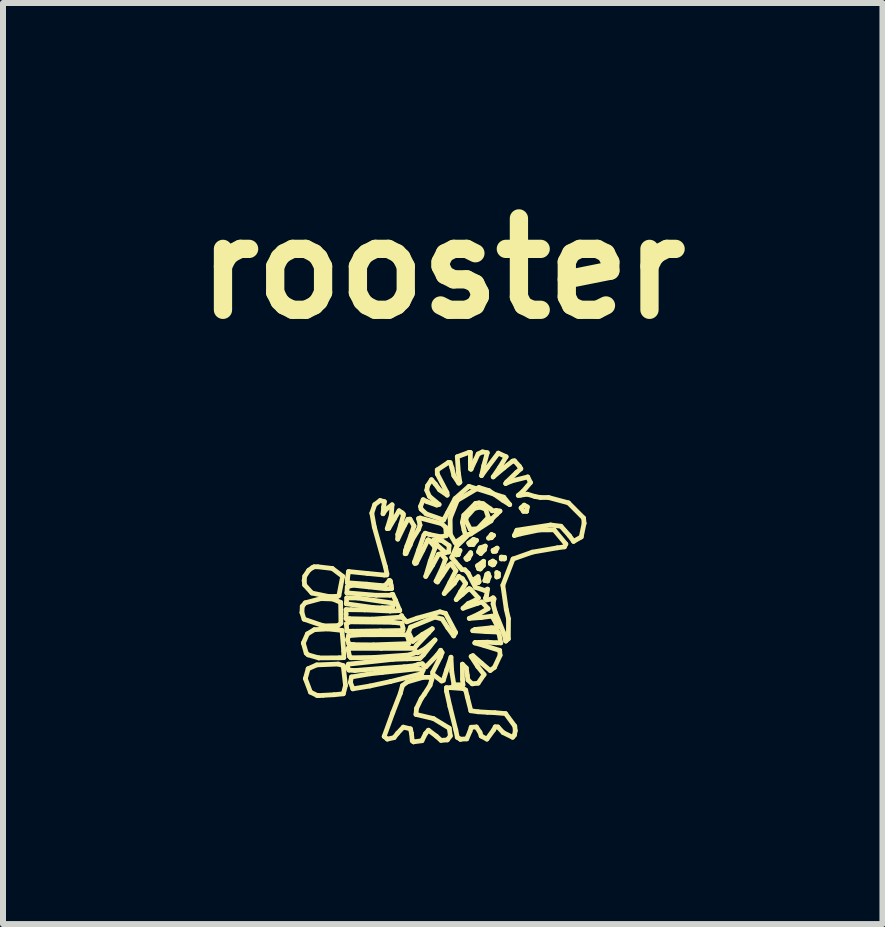
<source format=kicad_pcb>
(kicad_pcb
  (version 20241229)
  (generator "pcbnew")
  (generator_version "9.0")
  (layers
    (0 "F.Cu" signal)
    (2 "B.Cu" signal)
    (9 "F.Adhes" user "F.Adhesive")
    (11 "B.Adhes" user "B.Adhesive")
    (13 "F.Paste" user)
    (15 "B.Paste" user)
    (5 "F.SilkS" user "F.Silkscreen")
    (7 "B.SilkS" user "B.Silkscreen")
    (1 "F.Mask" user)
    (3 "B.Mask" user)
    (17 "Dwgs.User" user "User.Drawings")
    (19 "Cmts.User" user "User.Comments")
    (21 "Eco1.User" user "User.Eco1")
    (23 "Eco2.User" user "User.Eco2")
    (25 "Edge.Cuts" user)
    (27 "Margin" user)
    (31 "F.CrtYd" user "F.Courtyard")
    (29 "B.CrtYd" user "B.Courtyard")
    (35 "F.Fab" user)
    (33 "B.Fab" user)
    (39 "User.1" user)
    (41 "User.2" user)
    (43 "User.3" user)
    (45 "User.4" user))
  (footprint "rooster"
    (layer "F.Cu")
    (at 4.333 6.903)
    (property "Reference" "rooster" (at 0 -5.476 0) (layer "F.SilkS") (effects (font (size 1.524 1.524) (thickness 0.305))))
    (attr smd)
    (fp_line (start -2.348 0.263) (end -2.343 0.158) (stroke (width 0.079) (type solid)) (layer "F.SilkS"))
    (fp_line (start -2.343 0.158) (end -2.293 0.099) (stroke (width 0.079) (type solid)) (layer "F.SilkS"))
    (fp_line (start -2.325 0.77) (end -2.257 0.617) (stroke (width 0.079) (type solid)) (layer "F.SilkS"))
    (fp_line (start -2.313 0.372) (end -2.348 0.263) (stroke (width 0.079) (type solid)) (layer "F.SilkS"))
    (fp_line (start -2.311 -0.273) (end -2.301 -0.346) (stroke (width 0.079) (type solid)) (layer "F.SilkS"))
    (fp_line (start -2.303 -0.198) (end -2.311 -0.273) (stroke (width 0.079) (type solid)) (layer "F.SilkS"))
    (fp_line (start -2.301 -0.346) (end -2.235 -0.444) (stroke (width 0.079) (type solid)) (layer "F.SilkS"))
    (fp_line (start -2.293 0.099) (end -2.031 0.029) (stroke (width 0.079) (type solid)) (layer "F.SilkS"))
    (fp_line (start -2.291 1.363) (end -2.245 1.198) (stroke (width 0.079) (type solid)) (layer "F.SilkS"))
    (fp_line (start -2.277 0.938) (end -2.325 0.77) (stroke (width 0.079) (type solid)) (layer "F.SilkS"))
    (fp_line (start -2.257 0.617) (end -2.142 0.547) (stroke (width 0.079) (type solid)) (layer "F.SilkS"))
    (fp_line (start -2.245 0.967) (end -2.277 0.938) (stroke (width 0.079) (type solid)) (layer "F.SilkS"))
    (fp_line (start -2.245 1.198) (end -2.101 1.134) (stroke (width 0.079) (type solid)) (layer "F.SilkS"))
    (fp_line (start -2.235 -0.444) (end -2.174 -0.488) (stroke (width 0.079) (type solid)) (layer "F.SilkS"))
    (fp_line (start -2.206 1.589) (end -2.291 1.363) (stroke (width 0.079) (type solid)) (layer "F.SilkS"))
    (fp_line (start -2.182 -0.064) (end -2.303 -0.198) (stroke (width 0.079) (type solid)) (layer "F.SilkS"))
    (fp_line (start -2.174 -0.488) (end -2.145 -0.502) (stroke (width 0.079) (type solid)) (layer "F.SilkS"))
    (fp_line (start -2.145 -0.502) (end -2.083 -0.502) (stroke (width 0.079) (type solid)) (layer "F.SilkS"))
    (fp_line (start -2.142 0.547) (end -1.918 0.534) (stroke (width 0.079) (type solid)) (layer "F.SilkS"))
    (fp_line (start -2.101 1.134) (end -1.743 1.12) (stroke (width 0.079) (type solid)) (layer "F.SilkS"))
    (fp_line (start -2.095 1.643) (end -2.206 1.589) (stroke (width 0.079) (type solid)) (layer "F.SilkS"))
    (fp_line (start -2.095 1.643) (end -2.095 1.643) (stroke (width 0.079) (type solid)) (layer "F.SilkS"))
    (fp_line (start -2.083 -0.502) (end -1.842 -0.474) (stroke (width 0.079) (type solid)) (layer "F.SilkS"))
    (fp_line (start -2.067 1.018) (end -2.245 0.967) (stroke (width 0.079) (type solid)) (layer "F.SilkS"))
    (fp_line (start -2.067 1.018) (end -2.067 1.018) (stroke (width 0.079) (type solid)) (layer "F.SilkS"))
    (fp_line (start -2.06 1.646) (end -2.095 1.643) (stroke (width 0.079) (type solid)) (layer "F.SilkS"))
    (fp_line (start -2.031 0.029) (end -1.834 0.035) (stroke (width 0.079) (type solid)) (layer "F.SilkS"))
    (fp_line (start -1.993 1.641) (end -2.06 1.646) (stroke (width 0.079) (type solid)) (layer "F.SilkS"))
    (fp_line (start -1.988 0.484) (end -2.313 0.372) (stroke (width 0.079) (type solid)) (layer "F.SilkS"))
    (fp_line (start -1.988 0.484) (end -1.988 0.484) (stroke (width 0.079) (type solid)) (layer "F.SilkS"))
    (fp_line (start -1.918 0.534) (end -1.68 0.559) (stroke (width 0.079) (type solid)) (layer "F.SilkS"))
    (fp_line (start -1.901 -0.006) (end -2.182 -0.064) (stroke (width 0.079) (type solid)) (layer "F.SilkS"))
    (fp_line (start -1.901 -0.006) (end -1.901 -0.006) (stroke (width 0.079) (type solid)) (layer "F.SilkS"))
    (fp_line (start -1.842 -0.474) (end -1.669 -0.343) (stroke (width 0.079) (type solid)) (layer "F.SilkS"))
    (fp_line (start -1.834 0.035) (end -1.703 0.091) (stroke (width 0.079) (type solid)) (layer "F.SilkS"))
    (fp_line (start -1.813 1.632) (end -1.993 1.641) (stroke (width 0.079) (type solid)) (layer "F.SilkS"))
    (fp_line (start -1.751 -0.009) (end -1.901 -0.006) (stroke (width 0.079) (type solid)) (layer "F.SilkS"))
    (fp_line (start -1.746 0.479) (end -1.988 0.484) (stroke (width 0.079) (type solid)) (layer "F.SilkS"))
    (fp_line (start -1.743 1.12) (end -1.66 1.146) (stroke (width 0.079) (type solid)) (layer "F.SilkS"))
    (fp_line (start -1.732 -0.022) (end -1.751 -0.009) (stroke (width 0.079) (type solid)) (layer "F.SilkS"))
    (fp_line (start -1.727 1.016) (end -2.067 1.018) (stroke (width 0.079) (type solid)) (layer "F.SilkS"))
    (fp_line (start -1.703 0.091) (end -1.698 0.441) (stroke (width 0.079) (type solid)) (layer "F.SilkS"))
    (fp_line (start -1.698 0.441) (end -1.746 0.479) (stroke (width 0.079) (type solid)) (layer "F.SilkS"))
    (fp_line (start -1.68 0.559) (end -1.652 0.903) (stroke (width 0.079) (type solid)) (layer "F.SilkS"))
    (fp_line (start -1.669 -0.343) (end -1.732 -0.022) (stroke (width 0.079) (type solid)) (layer "F.SilkS"))
    (fp_line (start -1.66 1.146) (end -1.622 1.477) (stroke (width 0.079) (type solid)) (layer "F.SilkS"))
    (fp_line (start -1.658 1.616) (end -1.813 1.632) (stroke (width 0.079) (type solid)) (layer "F.SilkS"))
    (fp_line (start -1.652 0.903) (end -1.65 1.013) (stroke (width 0.079) (type solid)) (layer "F.SilkS"))
    (fp_line (start -1.65 1.013) (end -1.727 1.016) (stroke (width 0.079) (type solid)) (layer "F.SilkS"))
    (fp_line (start -1.622 1.477) (end -1.658 1.616) (stroke (width 0.079) (type solid)) (layer "F.SilkS"))
    (fp_line (start -1.613 0.212) (end -1.527 0.214) (stroke (width 0.079) (type solid)) (layer "F.SilkS"))
    (fp_line (start -1.613 0.287) (end -1.613 0.212) (stroke (width 0.079) (type solid)) (layer "F.SilkS"))
    (fp_line (start -1.613 0.362) (end -1.613 0.287) (stroke (width 0.079) (type solid)) (layer "F.SilkS"))
    (fp_line (start -1.609 0.115) (end -1.601 0.017) (stroke (width 0.079) (type solid)) (layer "F.SilkS"))
    (fp_line (start -1.607 0.448) (end -1.549 0.416) (stroke (width 0.079) (type solid)) (layer "F.SilkS"))
    (fp_line (start -1.601 0.017) (end -1.416 0.019) (stroke (width 0.079) (type solid)) (layer "F.SilkS"))
    (fp_line (start -1.6 0.566) (end -1.607 0.448) (stroke (width 0.079) (type solid)) (layer "F.SilkS"))
    (fp_line (start -1.599 -0.067) (end -1.593 -0.167) (stroke (width 0.079) (type solid)) (layer "F.SilkS"))
    (fp_line (start -1.593 -0.167) (end -1.501 -0.195) (stroke (width 0.079) (type solid)) (layer "F.SilkS"))
    (fp_line (start -1.591 -0.235) (end -1.589 -0.312) (stroke (width 0.079) (type solid)) (layer "F.SilkS"))
    (fp_line (start -1.59 1.171) (end -1.573 1.122) (stroke (width 0.079) (type solid)) (layer "F.SilkS"))
    (fp_line (start -1.589 0.716) (end -1.571 0.647) (stroke (width 0.079) (type solid)) (layer "F.SilkS"))
    (fp_line (start -1.589 -0.312) (end -1.571 -0.423) (stroke (width 0.079) (type solid)) (layer "F.SilkS"))
    (fp_line (start -1.583 0.572) (end -1.583 0.572) (stroke (width 0.079) (type solid)) (layer "F.SilkS"))
    (fp_line (start -1.583 0.572) (end -1.6 0.566) (stroke (width 0.079) (type solid)) (layer "F.SilkS"))
    (fp_line (start -1.58 -0.235) (end -1.591 -0.235) (stroke (width 0.079) (type solid)) (layer "F.SilkS"))
    (fp_line (start -1.579 0.859) (end -1.026 0.859) (stroke (width 0.079) (type solid)) (layer "F.SilkS"))
    (fp_line (start -1.577 0.881) (end -1.579 0.859) (stroke (width 0.079) (type solid)) (layer "F.SilkS"))
    (fp_line (start -1.573 1.122) (end -0.827 1.041) (stroke (width 0.079) (type solid)) (layer "F.SilkS"))
    (fp_line (start -1.571 0.647) (end -1.373 0.632) (stroke (width 0.079) (type solid)) (layer "F.SilkS"))
    (fp_line (start -1.571 -0.423) (end -1.257 -0.391) (stroke (width 0.079) (type solid)) (layer "F.SilkS"))
    (fp_line (start -1.565 0.786) (end -1.589 0.716) (stroke (width 0.079) (type solid)) (layer "F.SilkS"))
    (fp_line (start -1.565 1.221) (end -1.59 1.171) (stroke (width 0.079) (type solid)) (layer "F.SilkS"))
    (fp_line (start -1.555 0.991) (end -1.577 0.881) (stroke (width 0.079) (type solid)) (layer "F.SilkS"))
    (fp_line (start -1.553 0.364) (end -1.613 0.362) (stroke (width 0.079) (type solid)) (layer "F.SilkS"))
    (fp_line (start -1.549 0.416) (end -0.831 0.424) (stroke (width 0.079) (type solid)) (layer "F.SilkS"))
    (fp_line (start -1.54 1.425) (end -1.522 1.335) (stroke (width 0.079) (type solid)) (layer "F.SilkS"))
    (fp_line (start -1.532 1.015) (end -1.555 0.991) (stroke (width 0.079) (type solid)) (layer "F.SilkS"))
    (fp_line (start -1.527 0.214) (end -1.299 0.217) (stroke (width 0.079) (type solid)) (layer "F.SilkS"))
    (fp_line (start -1.522 1.335) (end -1.213 1.283) (stroke (width 0.079) (type solid)) (layer "F.SilkS"))
    (fp_line (start -1.501 -0.195) (end -1.234 -0.167) (stroke (width 0.079) (type solid)) (layer "F.SilkS"))
    (fp_line (start -1.498 1.533) (end -1.54 1.425) (stroke (width 0.079) (type solid)) (layer "F.SilkS"))
    (fp_line (start -1.498 1.533) (end -1.498 1.533) (stroke (width 0.079) (type solid)) (layer "F.SilkS"))
    (fp_line (start -1.492 0.573) (end -1.583 0.572) (stroke (width 0.079) (type solid)) (layer "F.SilkS"))
    (fp_line (start -1.485 0.797) (end -1.485 0.797) (stroke (width 0.079) (type solid)) (layer "F.SilkS"))
    (fp_line (start -1.485 0.797) (end -1.565 0.786) (stroke (width 0.079) (type solid)) (layer "F.SilkS"))
    (fp_line (start -1.465 1.228) (end -1.565 1.221) (stroke (width 0.079) (type solid)) (layer "F.SilkS"))
    (fp_line (start -1.416 0.019) (end -0.81 0.106) (stroke (width 0.079) (type solid)) (layer "F.SilkS"))
    (fp_line (start -1.373 0.632) (end -0.685 0.63) (stroke (width 0.079) (type solid)) (layer "F.SilkS"))
    (fp_line (start -1.299 0.217) (end -0.877 0.236) (stroke (width 0.079) (type solid)) (layer "F.SilkS"))
    (fp_line (start -1.267 -0.212) (end -1.58 -0.235) (stroke (width 0.079) (type solid)) (layer "F.SilkS"))
    (fp_line (start -1.257 -0.391) (end -0.975 -0.364) (stroke (width 0.079) (type solid)) (layer "F.SilkS"))
    (fp_line (start -1.234 -0.167) (end -0.956 -0.136) (stroke (width 0.079) (type solid)) (layer "F.SilkS"))
    (fp_line (start -1.215 1.486) (end -1.498 1.533) (stroke (width 0.079) (type solid)) (layer "F.SilkS"))
    (fp_line (start -1.213 1.283) (end -1.013 1.261) (stroke (width 0.079) (type solid)) (layer "F.SilkS"))
    (fp_line (start -1.183 -1.397) (end -1.134 -1.539) (stroke (width 0.079) (type solid)) (layer "F.SilkS"))
    (fp_line (start -1.176 0.371) (end -1.553 0.364) (stroke (width 0.079) (type solid)) (layer "F.SilkS"))
    (fp_line (start -1.157 0.178) (end -1.609 0.115) (stroke (width 0.079) (type solid)) (layer "F.SilkS"))
    (fp_line (start -1.155 0.8) (end -1.485 0.797) (stroke (width 0.079) (type solid)) (layer "F.SilkS"))
    (fp_line (start -1.147 1.01) (end -1.532 1.015) (stroke (width 0.079) (type solid)) (layer "F.SilkS"))
    (fp_line (start -1.142 -1.167) (end -1.183 -1.397) (stroke (width 0.079) (type solid)) (layer "F.SilkS"))
    (fp_line (start -1.134 -1.539) (end -1.044 -1.607) (stroke (width 0.079) (type solid)) (layer "F.SilkS"))
    (fp_line (start -1.108 -0.027) (end -1.599 -0.067) (stroke (width 0.079) (type solid)) (layer "F.SilkS"))
    (fp_line (start -1.049 -0.191) (end -1.267 -0.212) (stroke (width 0.079) (type solid)) (layer "F.SilkS"))
    (fp_line (start -1.044 -1.607) (end -0.973 -1.588) (stroke (width 0.079) (type solid)) (layer "F.SilkS"))
    (fp_line (start -1.039 0.566) (end -1.492 0.573) (stroke (width 0.079) (type solid)) (layer "F.SilkS"))
    (fp_line (start -1.026 0.859) (end -0.473 0.859) (stroke (width 0.079) (type solid)) (layer "F.SilkS"))
    (fp_line (start -1.013 1.261) (end -0.437 1.201) (stroke (width 0.079) (type solid)) (layer "F.SilkS"))
    (fp_line (start -1.007 0.183) (end -1.007 0.183) (stroke (width 0.079) (type solid)) (layer "F.SilkS"))
    (fp_line (start -1.007 0.183) (end -1.157 0.178) (stroke (width 0.079) (type solid)) (layer "F.SilkS"))
    (fp_line (start -0.996 -1.386) (end -0.947 -1.459) (stroke (width 0.079) (type solid)) (layer "F.SilkS"))
    (fp_line (start -0.988 1.19) (end -1.465 1.228) (stroke (width 0.079) (type solid)) (layer "F.SilkS"))
    (fp_line (start -0.986 -1.498) (end -0.996 -1.386) (stroke (width 0.079) (type solid)) (layer "F.SilkS"))
    (fp_line (start -0.977 2.327) (end -0.833 1.931) (stroke (width 0.079) (type solid)) (layer "F.SilkS"))
    (fp_line (start -0.976 -0.186) (end -1.049 -0.191) (stroke (width 0.079) (type solid)) (layer "F.SilkS"))
    (fp_line (start -0.975 -0.364) (end -0.933 -0.366) (stroke (width 0.079) (type solid)) (layer "F.SilkS"))
    (fp_line (start -0.973 -1.588) (end -0.986 -1.498) (stroke (width 0.079) (type solid)) (layer "F.SilkS"))
    (fp_line (start -0.958 -0.507) (end -1.142 -1.167) (stroke (width 0.079) (type solid)) (layer "F.SilkS"))
    (fp_line (start -0.956 -0.136) (end -0.852 -0.139) (stroke (width 0.079) (type solid)) (layer "F.SilkS"))
    (fp_line (start -0.947 -1.459) (end -0.845 -1.536) (stroke (width 0.079) (type solid)) (layer "F.SilkS"))
    (fp_line (start -0.933 -0.366) (end -0.932 -0.387) (stroke (width 0.079) (type solid)) (layer "F.SilkS"))
    (fp_line (start -0.932 -0.387) (end -0.958 -0.507) (stroke (width 0.079) (type solid)) (layer "F.SilkS"))
    (fp_line (start -0.926 -1.138) (end -0.9 -1.143) (stroke (width 0.079) (type solid)) (layer "F.SilkS"))
    (fp_line (start -0.926 -0.224) (end -0.976 -0.186) (stroke (width 0.079) (type solid)) (layer "F.SilkS"))
    (fp_line (start -0.924 2.372) (end -0.977 2.327) (stroke (width 0.079) (type solid)) (layer "F.SilkS"))
    (fp_line (start -0.9 -1.143) (end -0.808 -1.3) (stroke (width 0.079) (type solid)) (layer "F.SilkS"))
    (fp_line (start -0.893 -0.273) (end -0.926 -0.224) (stroke (width 0.079) (type solid)) (layer "F.SilkS"))
    (fp_line (start -0.878 -0.027) (end -1.108 -0.027) (stroke (width 0.079) (type solid)) (layer "F.SilkS"))
    (fp_line (start -0.878 -0.269) (end -0.893 -0.273) (stroke (width 0.079) (type solid)) (layer "F.SilkS"))
    (fp_line (start -0.877 0.236) (end -0.717 0.229) (stroke (width 0.079) (type solid)) (layer "F.SilkS"))
    (fp_line (start -0.873 1.412) (end -1.215 1.486) (stroke (width 0.079) (type solid)) (layer "F.SilkS"))
    (fp_line (start -0.871 -0.249) (end -0.878 -0.269) (stroke (width 0.079) (type solid)) (layer "F.SilkS"))
    (fp_line (start -0.861 -0.192) (end -0.871 -0.249) (stroke (width 0.079) (type solid)) (layer "F.SilkS"))
    (fp_line (start -0.858 -1.359) (end -0.926 -1.138) (stroke (width 0.079) (type solid)) (layer "F.SilkS"))
    (fp_line (start -0.852 -0.139) (end -0.861 -0.192) (stroke (width 0.079) (type solid)) (layer "F.SilkS"))
    (fp_line (start -0.85 -0.039) (end -0.878 -0.027) (stroke (width 0.079) (type solid)) (layer "F.SilkS"))
    (fp_line (start -0.845 -1.536) (end -0.858 -1.359) (stroke (width 0.079) (type solid)) (layer "F.SilkS"))
    (fp_line (start -0.839 0.177) (end -1.007 0.183) (stroke (width 0.079) (type solid)) (layer "F.SilkS"))
    (fp_line (start -0.834 -0.043) (end -0.85 -0.039) (stroke (width 0.079) (type solid)) (layer "F.SilkS"))
    (fp_line (start -0.833 1.931) (end -0.708 1.61) (stroke (width 0.079) (type solid)) (layer "F.SilkS"))
    (fp_line (start -0.831 0.424) (end -0.681 0.441) (stroke (width 0.079) (type solid)) (layer "F.SilkS"))
    (fp_line (start -0.827 1.041) (end -0.593 1.033) (stroke (width 0.079) (type solid)) (layer "F.SilkS"))
    (fp_line (start -0.812 2.347) (end -0.924 2.372) (stroke (width 0.079) (type solid)) (layer "F.SilkS"))
    (fp_line (start -0.81 0.106) (end -0.839 0.177) (stroke (width 0.079) (type solid)) (layer "F.SilkS"))
    (fp_line (start -0.808 -1.3) (end -0.729 -1.436) (stroke (width 0.079) (type solid)) (layer "F.SilkS"))
    (fp_line (start -0.787 0.058) (end -0.834 -0.043) (stroke (width 0.079) (type solid)) (layer "F.SilkS"))
    (fp_line (start -0.753 2.273) (end -0.812 2.347) (stroke (width 0.079) (type solid)) (layer "F.SilkS"))
    (fp_line (start -0.751 -0.963) (end -0.639 -1.193) (stroke (width 0.079) (type solid)) (layer "F.SilkS"))
    (fp_line (start -0.75 -1.042) (end -0.751 -0.963) (stroke (width 0.079) (type solid)) (layer "F.SilkS"))
    (fp_line (start -0.729 -1.436) (end -0.677 -1.402) (stroke (width 0.079) (type solid)) (layer "F.SilkS"))
    (fp_line (start -0.727 0.205) (end -0.787 0.058) (stroke (width 0.079) (type solid)) (layer "F.SilkS"))
    (fp_line (start -0.717 0.229) (end -0.727 0.205) (stroke (width 0.079) (type solid)) (layer "F.SilkS"))
    (fp_line (start -0.714 0.339) (end -1.176 0.371) (stroke (width 0.079) (type solid)) (layer "F.SilkS"))
    (fp_line (start -0.708 1.61) (end -0.672 1.48) (stroke (width 0.079) (type solid)) (layer "F.SilkS"))
    (fp_line (start -0.702 -1.201) (end -0.75 -1.042) (stroke (width 0.079) (type solid)) (layer "F.SilkS"))
    (fp_line (start -0.687 0.313) (end -0.714 0.339) (stroke (width 0.079) (type solid)) (layer "F.SilkS"))
    (fp_line (start -0.685 0.63) (end -0.596 0.633) (stroke (width 0.079) (type solid)) (layer "F.SilkS"))
    (fp_line (start -0.681 0.441) (end -0.663 0.521) (stroke (width 0.079) (type solid)) (layer "F.SilkS"))
    (fp_line (start -0.677 -1.402) (end -0.658 -1.382) (stroke (width 0.079) (type solid)) (layer "F.SilkS"))
    (fp_line (start -0.672 1.48) (end -0.593 1.419) (stroke (width 0.079) (type solid)) (layer "F.SilkS"))
    (fp_line (start -0.664 0.56) (end -1.039 0.566) (stroke (width 0.079) (type solid)) (layer "F.SilkS"))
    (fp_line (start -0.663 0.521) (end -0.664 0.56) (stroke (width 0.079) (type solid)) (layer "F.SilkS"))
    (fp_line (start -0.661 0.355) (end -0.687 0.313) (stroke (width 0.079) (type solid)) (layer "F.SilkS"))
    (fp_line (start -0.66 -1.351) (end -0.702 -1.201) (stroke (width 0.079) (type solid)) (layer "F.SilkS"))
    (fp_line (start -0.658 2.172) (end -0.753 2.273) (stroke (width 0.079) (type solid)) (layer "F.SilkS"))
    (fp_line (start -0.658 -1.382) (end -0.66 -1.351) (stroke (width 0.079) (type solid)) (layer "F.SilkS"))
    (fp_line (start -0.644 1.166) (end -0.988 1.19) (stroke (width 0.079) (type solid)) (layer "F.SilkS"))
    (fp_line (start -0.639 -1.193) (end -0.581 -1.294) (stroke (width 0.079) (type solid)) (layer "F.SilkS"))
    (fp_line (start -0.627 -0.72) (end -0.613 -0.722) (stroke (width 0.079) (type solid)) (layer "F.SilkS"))
    (fp_line (start -0.623 -0.769) (end -0.627 -0.72) (stroke (width 0.079) (type solid)) (layer "F.SilkS"))
    (fp_line (start -0.613 -0.722) (end -0.543 -0.867) (stroke (width 0.079) (type solid)) (layer "F.SilkS"))
    (fp_line (start -0.599 0.416) (end -0.661 0.355) (stroke (width 0.079) (type solid)) (layer "F.SilkS"))
    (fp_line (start -0.598 -0.848) (end -0.623 -0.769) (stroke (width 0.079) (type solid)) (layer "F.SilkS"))
    (fp_line (start -0.596 0.633) (end -0.579 0.681) (stroke (width 0.079) (type solid)) (layer "F.SilkS"))
    (fp_line (start -0.593 1.033) (end -0.44 1.029) (stroke (width 0.079) (type solid)) (layer "F.SilkS"))
    (fp_line (start -0.593 1.419) (end -0.329 1.342) (stroke (width 0.079) (type solid)) (layer "F.SilkS"))
    (fp_line (start -0.581 -1.294) (end -0.546 -1.296) (stroke (width 0.079) (type solid)) (layer "F.SilkS"))
    (fp_line (start -0.579 0.681) (end -0.561 0.752) (stroke (width 0.079) (type solid)) (layer "F.SilkS"))
    (fp_line (start -0.57 0.591) (end -0.537 0.504) (stroke (width 0.079) (type solid)) (layer "F.SilkS"))
    (fp_line (start -0.567 0.779) (end -1.155 0.8) (stroke (width 0.079) (type solid)) (layer "F.SilkS"))
    (fp_line (start -0.561 0.752) (end -0.567 0.779) (stroke (width 0.079) (type solid)) (layer "F.SilkS"))
    (fp_line (start -0.559 0.968) (end -1.147 1.01) (stroke (width 0.079) (type solid)) (layer "F.SilkS"))
    (fp_line (start -0.546 -1.296) (end -0.479 -1.183) (stroke (width 0.079) (type solid)) (layer "F.SilkS"))
    (fp_line (start -0.543 -0.867) (end -0.51 -0.954) (stroke (width 0.079) (type solid)) (layer "F.SilkS"))
    (fp_line (start -0.539 2.2) (end -0.658 2.172) (stroke (width 0.079) (type solid)) (layer "F.SilkS"))
    (fp_line (start -0.537 0.504) (end -0.131 0.337) (stroke (width 0.079) (type solid)) (layer "F.SilkS"))
    (fp_line (start -0.529 -1.034) (end -0.598 -0.848) (stroke (width 0.079) (type solid)) (layer "F.SilkS"))
    (fp_line (start -0.522 2.276) (end -0.539 2.2) (stroke (width 0.079) (type solid)) (layer "F.SilkS"))
    (fp_line (start -0.51 -0.954) (end -0.403 -1.127) (stroke (width 0.079) (type solid)) (layer "F.SilkS"))
    (fp_line (start -0.509 2.399) (end -0.522 2.276) (stroke (width 0.079) (type solid)) (layer "F.SilkS"))
    (fp_line (start -0.499 0.742) (end -0.57 0.591) (stroke (width 0.079) (type solid)) (layer "F.SilkS"))
    (fp_line (start -0.486 2.417) (end -0.486 2.417) (stroke (width 0.079) (type solid)) (layer "F.SilkS"))
    (fp_line (start -0.486 2.417) (end -0.509 2.399) (stroke (width 0.079) (type solid)) (layer "F.SilkS"))
    (fp_line (start -0.479 -1.183) (end -0.529 -1.034) (stroke (width 0.079) (type solid)) (layer "F.SilkS"))
    (fp_line (start -0.475 0.937) (end -0.559 0.968) (stroke (width 0.079) (type solid)) (layer "F.SilkS"))
    (fp_line (start -0.473 0.859) (end -0.433 0.806) (stroke (width 0.079) (type solid)) (layer "F.SilkS"))
    (fp_line (start -0.473 -0.578) (end -0.464 -0.558) (stroke (width 0.079) (type solid)) (layer "F.SilkS"))
    (fp_line (start -0.468 1.147) (end -0.644 1.166) (stroke (width 0.079) (type solid)) (layer "F.SilkS"))
    (fp_line (start -0.464 -0.558) (end -0.441 -0.564) (stroke (width 0.079) (type solid)) (layer "F.SilkS"))
    (fp_line (start -0.449 0.912) (end -0.475 0.937) (stroke (width 0.079) (type solid)) (layer "F.SilkS"))
    (fp_line (start -0.447 1.96) (end -0.155 2.029) (stroke (width 0.079) (type solid)) (layer "F.SilkS"))
    (fp_line (start -0.441 -0.564) (end -0.333 -0.776) (stroke (width 0.079) (type solid)) (layer "F.SilkS"))
    (fp_line (start -0.44 1.029) (end -0.382 1.026) (stroke (width 0.079) (type solid)) (layer "F.SilkS"))
    (fp_line (start -0.437 1.859) (end -0.447 1.96) (stroke (width 0.079) (type solid)) (layer "F.SilkS"))
    (fp_line (start -0.437 1.201) (end -0.325 1.216) (stroke (width 0.079) (type solid)) (layer "F.SilkS"))
    (fp_line (start -0.433 0.806) (end -0.237 0.599) (stroke (width 0.079) (type solid)) (layer "F.SilkS"))
    (fp_line (start -0.427 0.355) (end -0.599 0.416) (stroke (width 0.079) (type solid)) (layer "F.SilkS"))
    (fp_line (start -0.419 0.933) (end -0.449 0.912) (stroke (width 0.079) (type solid)) (layer "F.SilkS"))
    (fp_line (start -0.406 1.124) (end -0.468 1.147) (stroke (width 0.079) (type solid)) (layer "F.SilkS"))
    (fp_line (start -0.404 -1.306) (end -0.377 -1.315) (stroke (width 0.079) (type solid)) (layer "F.SilkS"))
    (fp_line (start -0.403 -1.127) (end -0.379 -1.199) (stroke (width 0.079) (type solid)) (layer "F.SilkS"))
    (fp_line (start -0.399 -0.788) (end -0.473 -0.578) (stroke (width 0.079) (type solid)) (layer "F.SilkS"))
    (fp_line (start -0.382 1.026) (end -0.323 0.967) (stroke (width 0.079) (type solid)) (layer "F.SilkS"))
    (fp_line (start -0.379 -1.199) (end -0.404 -1.306) (stroke (width 0.079) (type solid)) (layer "F.SilkS"))
    (fp_line (start -0.377 -1.315) (end -0.017 -1.22) (stroke (width 0.079) (type solid)) (layer "F.SilkS"))
    (fp_line (start -0.371 -1.508) (end -0.327 -1.621) (stroke (width 0.079) (type solid)) (layer "F.SilkS"))
    (fp_line (start -0.361 -1.463) (end -0.371 -1.508) (stroke (width 0.079) (type solid)) (layer "F.SilkS"))
    (fp_line (start -0.36 1.698) (end -0.437 1.859) (stroke (width 0.079) (type solid)) (layer "F.SilkS"))
    (fp_line (start -0.351 1.28) (end -0.873 1.412) (stroke (width 0.079) (type solid)) (layer "F.SilkS"))
    (fp_line (start -0.347 2.399) (end -0.486 2.417) (stroke (width 0.079) (type solid)) (layer "F.SilkS"))
    (fp_line (start -0.341 1.115) (end -0.406 1.124) (stroke (width 0.079) (type solid)) (layer "F.SilkS"))
    (fp_line (start -0.341 0.627) (end -0.499 0.742) (stroke (width 0.079) (type solid)) (layer "F.SilkS"))
    (fp_line (start -0.333 -0.776) (end -0.253 -0.94) (stroke (width 0.079) (type solid)) (layer "F.SilkS"))
    (fp_line (start -0.329 1.342) (end -0.199 1.342) (stroke (width 0.079) (type solid)) (layer "F.SilkS"))
    (fp_line (start -0.327 -1.621) (end -0.261 -1.587) (stroke (width 0.079) (type solid)) (layer "F.SilkS"))
    (fp_line (start -0.325 1.216) (end -0.351 1.28) (stroke (width 0.079) (type solid)) (layer "F.SilkS"))
    (fp_line (start -0.324 1.137) (end -0.341 1.115) (stroke (width 0.079) (type solid)) (layer "F.SilkS"))
    (fp_line (start -0.323 0.967) (end -0.129 0.718) (stroke (width 0.079) (type solid)) (layer "F.SilkS"))
    (fp_line (start -0.314 -1.03) (end -0.399 -0.788) (stroke (width 0.079) (type solid)) (layer "F.SilkS"))
    (fp_line (start -0.307 1.624) (end -0.36 1.698) (stroke (width 0.079) (type solid)) (layer "F.SilkS"))
    (fp_line (start -0.294 0.863) (end -0.419 0.933) (stroke (width 0.079) (type solid)) (layer "F.SilkS"))
    (fp_line (start -0.292 -1.062) (end -0.314 -1.03) (stroke (width 0.079) (type solid)) (layer "F.SilkS"))
    (fp_line (start -0.288 2.281) (end -0.347 2.399) (stroke (width 0.079) (type solid)) (layer "F.SilkS"))
    (fp_line (start -0.284 -0.341) (end -0.168 -0.531) (stroke (width 0.079) (type solid)) (layer "F.SilkS"))
    (fp_line (start -0.281 1.166) (end -0.324 1.137) (stroke (width 0.079) (type solid)) (layer "F.SilkS"))
    (fp_line (start -0.275 -1.383) (end -0.361 -1.463) (stroke (width 0.079) (type solid)) (layer "F.SilkS"))
    (fp_line (start -0.267 -1.778) (end -0.252 -1.856) (stroke (width 0.079) (type solid)) (layer "F.SilkS"))
    (fp_line (start -0.261 -1.587) (end -0.101 -1.531) (stroke (width 0.079) (type solid)) (layer "F.SilkS"))
    (fp_line (start -0.253 -0.94) (end -0.244 -0.952) (stroke (width 0.079) (type solid)) (layer "F.SilkS"))
    (fp_line (start -0.252 -1.856) (end -0.188 -1.954) (stroke (width 0.079) (type solid)) (layer "F.SilkS"))
    (fp_line (start -0.244 -0.952) (end -0.23 -0.944) (stroke (width 0.079) (type solid)) (layer "F.SilkS"))
    (fp_line (start -0.239 2.223) (end -0.288 2.281) (stroke (width 0.079) (type solid)) (layer "F.SilkS"))
    (fp_line (start -0.237 0.599) (end -0.175 0.531) (stroke (width 0.079) (type solid)) (layer "F.SilkS"))
    (fp_line (start -0.23 -0.944) (end -0.144 -0.851) (stroke (width 0.079) (type solid)) (layer "F.SilkS"))
    (fp_line (start -0.224 -1.677) (end -0.267 -1.778) (stroke (width 0.079) (type solid)) (layer "F.SilkS"))
    (fp_line (start -0.219 -1.039) (end -0.292 -1.062) (stroke (width 0.079) (type solid)) (layer "F.SilkS"))
    (fp_line (start -0.212 1.474) (end -0.307 1.624) (stroke (width 0.079) (type solid)) (layer "F.SilkS"))
    (fp_line (start -0.209 -0.595) (end -0.284 -0.341) (stroke (width 0.079) (type solid)) (layer "F.SilkS"))
    (fp_line (start -0.199 1.342) (end -0.182 1.375) (stroke (width 0.079) (type solid)) (layer "F.SilkS"))
    (fp_line (start -0.188 -1.954) (end -0.123 -1.88) (stroke (width 0.079) (type solid)) (layer "F.SilkS"))
    (fp_line (start -0.182 1.375) (end -0.212 1.474) (stroke (width 0.079) (type solid)) (layer "F.SilkS"))
    (fp_line (start -0.175 0.531) (end -0.341 0.627) (stroke (width 0.079) (type solid)) (layer "F.SilkS"))
    (fp_line (start -0.168 1.257) (end -0.034 0.993) (stroke (width 0.079) (type solid)) (layer "F.SilkS"))
    (fp_line (start -0.168 -0.531) (end -0.071 -0.711) (stroke (width 0.079) (type solid)) (layer "F.SilkS"))
    (fp_line (start -0.166 1.292) (end -0.168 1.257) (stroke (width 0.079) (type solid)) (layer "F.SilkS"))
    (fp_line (start -0.156 -0.944) (end -0.018 -0.941) (stroke (width 0.079) (type solid)) (layer "F.SilkS"))
    (fp_line (start -0.155 2.029) (end 0.108 2.189) (stroke (width 0.079) (type solid)) (layer "F.SilkS"))
    (fp_line (start -0.144 -0.851) (end -0.129 -0.816) (stroke (width 0.079) (type solid)) (layer "F.SilkS"))
    (fp_line (start -0.131 0.337) (end -0.011 0.369) (stroke (width 0.079) (type solid)) (layer "F.SilkS"))
    (fp_line (start -0.129 0.718) (end -0.294 0.863) (stroke (width 0.079) (type solid)) (layer "F.SilkS"))
    (fp_line (start -0.129 -0.816) (end -0.209 -0.595) (stroke (width 0.079) (type solid)) (layer "F.SilkS"))
    (fp_line (start -0.123 -1.88) (end -0.053 -1.784) (stroke (width 0.079) (type solid)) (layer "F.SilkS"))
    (fp_line (start -0.112 -0.263) (end -0.088 -0.248) (stroke (width 0.079) (type solid)) (layer "F.SilkS"))
    (fp_line (start -0.107 2.323) (end -0.239 2.223) (stroke (width 0.079) (type solid)) (layer "F.SilkS"))
    (fp_line (start -0.101 -1.531) (end -0.061 -1.541) (stroke (width 0.079) (type solid)) (layer "F.SilkS"))
    (fp_line (start -0.097 -0.866) (end -0.156 -0.944) (stroke (width 0.079) (type solid)) (layer "F.SilkS"))
    (fp_line (start -0.096 0.973) (end -0.281 1.166) (stroke (width 0.079) (type solid)) (layer "F.SilkS"))
    (fp_line (start -0.092 -2.117) (end 0.095 -2.242) (stroke (width 0.079) (type solid)) (layer "F.SilkS"))
    (fp_line (start -0.091 -2.049) (end -0.092 -2.117) (stroke (width 0.079) (type solid)) (layer "F.SilkS"))
    (fp_line (start -0.088 -0.248) (end -0.011 -0.36) (stroke (width 0.079) (type solid)) (layer "F.SilkS"))
    (fp_line (start -0.071 -0.711) (end -0.028 -0.719) (stroke (width 0.079) (type solid)) (layer "F.SilkS"))
    (fp_line (start -0.061 -1.541) (end -0.224 -1.677) (stroke (width 0.079) (type solid)) (layer "F.SilkS"))
    (fp_line (start -0.053 -1.784) (end 0.074 -1.696) (stroke (width 0.079) (type solid)) (layer "F.SilkS"))
    (fp_line (start -0.047 0.249) (end -0.427 0.355) (stroke (width 0.079) (type solid)) (layer "F.SilkS"))
    (fp_line (start -0.035 0.89) (end -0.096 0.973) (stroke (width 0.079) (type solid)) (layer "F.SilkS"))
    (fp_line (start -0.034 0.993) (end -0.011 0.928) (stroke (width 0.079) (type solid)) (layer "F.SilkS"))
    (fp_line (start -0.029 2.393) (end -0.107 2.323) (stroke (width 0.079) (type solid)) (layer "F.SilkS"))
    (fp_line (start -0.028 -0.719) (end 0.045 -0.631) (stroke (width 0.079) (type solid)) (layer "F.SilkS"))
    (fp_line (start -0.028 -1.002) (end -0.219 -1.039) (stroke (width 0.079) (type solid)) (layer "F.SilkS"))
    (fp_line (start -0.019 1.403) (end -0.166 1.292) (stroke (width 0.079) (type solid)) (layer "F.SilkS"))
    (fp_line (start -0.018 -0.941) (end 0.106 -0.854) (stroke (width 0.079) (type solid)) (layer "F.SilkS"))
    (fp_line (start -0.017 -1.22) (end 0.048 -1.161) (stroke (width 0.079) (type solid)) (layer "F.SilkS"))
    (fp_line (start -0.011 0.928) (end -0.035 0.89) (stroke (width 0.079) (type solid)) (layer "F.SilkS"))
    (fp_line (start -0.011 -0.36) (end 0.095 -0.52) (stroke (width 0.079) (type solid)) (layer "F.SilkS"))
    (fp_line (start -0.011 0.369) (end 0.083 0.515) (stroke (width 0.079) (type solid)) (layer "F.SilkS"))
    (fp_line (start -0.001 -0.499) (end -0.112 -0.263) (stroke (width 0.079) (type solid)) (layer "F.SilkS"))
    (fp_line (start 0.009 1.392) (end -0.019 1.403) (stroke (width 0.079) (type solid)) (layer "F.SilkS"))
    (fp_line (start 0.014 -1.282) (end -0.275 -1.383) (stroke (width 0.079) (type solid)) (layer "F.SilkS"))
    (fp_line (start 0.024 -0.056) (end 0.194 -0.228) (stroke (width 0.079) (type solid)) (layer "F.SilkS"))
    (fp_line (start 0.045 -0.739) (end 0.045 -0.739) (stroke (width 0.079) (type solid)) (layer "F.SilkS"))
    (fp_line (start 0.045 -0.631) (end -0.001 -0.499) (stroke (width 0.079) (type solid)) (layer "F.SilkS"))
    (fp_line (start 0.045 -0.739) (end -0.097 -0.866) (stroke (width 0.079) (type solid)) (layer "F.SilkS"))
    (fp_line (start 0.046 0.275) (end -0.047 0.249) (stroke (width 0.079) (type solid)) (layer "F.SilkS"))
    (fp_line (start 0.048 -1.161) (end 0.059 -1.02) (stroke (width 0.079) (type solid)) (layer "F.SilkS"))
    (fp_line (start 0.059 -1.02) (end -0.028 -1.002) (stroke (width 0.079) (type solid)) (layer "F.SilkS"))
    (fp_line (start 0.061 1.514) (end 0.13 1.514) (stroke (width 0.079) (type solid)) (layer "F.SilkS"))
    (fp_line (start 0.061 1.568) (end 0.061 1.514) (stroke (width 0.079) (type solid)) (layer "F.SilkS"))
    (fp_line (start 0.068 1.211) (end 0.009 1.392) (stroke (width 0.079) (type solid)) (layer "F.SilkS"))
    (fp_line (start 0.07 -1.74) (end -0.091 -2.049) (stroke (width 0.079) (type solid)) (layer "F.SilkS"))
    (fp_line (start 0.074 -1.696) (end 0.07 -1.74) (stroke (width 0.079) (type solid)) (layer "F.SilkS"))
    (fp_line (start 0.077 2.385) (end -0.029 2.393) (stroke (width 0.079) (type solid)) (layer "F.SilkS"))
    (fp_line (start 0.08 -1.402) (end 0.014 -1.282) (stroke (width 0.079) (type solid)) (layer "F.SilkS"))
    (fp_line (start 0.083 0.515) (end 0.182 0.651) (stroke (width 0.079) (type solid)) (layer "F.SilkS"))
    (fp_line (start 0.095 -2.242) (end 0.123 -2.24) (stroke (width 0.079) (type solid)) (layer "F.SilkS"))
    (fp_line (start 0.095 -0.52) (end 0.137 -0.553) (stroke (width 0.079) (type solid)) (layer "F.SilkS"))
    (fp_line (start 0.099 -0.749) (end 0.045 -0.739) (stroke (width 0.079) (type solid)) (layer "F.SilkS"))
    (fp_line (start 0.106 -0.854) (end 0.099 -0.749) (stroke (width 0.079) (type solid)) (layer "F.SilkS"))
    (fp_line (start 0.108 2.189) (end 0.127 2.318) (stroke (width 0.079) (type solid)) (layer "F.SilkS"))
    (fp_line (start 0.119 -0.24) (end 0.024 -0.056) (stroke (width 0.079) (type solid)) (layer "F.SilkS"))
    (fp_line (start 0.119 1.826) (end 0.061 1.568) (stroke (width 0.079) (type solid)) (layer "F.SilkS"))
    (fp_line (start 0.123 -1.311) (end 0.243 -1.61) (stroke (width 0.079) (type solid)) (layer "F.SilkS"))
    (fp_line (start 0.123 -2.24) (end 0.153 -2.15) (stroke (width 0.079) (type solid)) (layer "F.SilkS"))
    (fp_line (start 0.127 -1.04) (end 0.123 -1.311) (stroke (width 0.079) (type solid)) (layer "F.SilkS"))
    (fp_line (start 0.127 2.318) (end 0.077 2.385) (stroke (width 0.079) (type solid)) (layer "F.SilkS"))
    (fp_line (start 0.13 1.514) (end 0.342 1.529) (stroke (width 0.079) (type solid)) (layer "F.SilkS"))
    (fp_line (start 0.137 -0.553) (end 0.219 -0.438) (stroke (width 0.079) (type solid)) (layer "F.SilkS"))
    (fp_line (start 0.137 1.006) (end 0.068 1.211) (stroke (width 0.079) (type solid)) (layer "F.SilkS"))
    (fp_line (start 0.15 -0.656) (end 0.233 -0.843) (stroke (width 0.079) (type solid)) (layer "F.SilkS"))
    (fp_line (start 0.15 1.246) (end 0.137 1.006) (stroke (width 0.079) (type solid)) (layer "F.SilkS"))
    (fp_line (start 0.153 -2.15) (end 0.185 -2.021) (stroke (width 0.079) (type solid)) (layer "F.SilkS"))
    (fp_line (start 0.182 0.651) (end 0.215 0.594) (stroke (width 0.079) (type solid)) (layer "F.SilkS"))
    (fp_line (start 0.185 -2.021) (end 0.267 -1.896) (stroke (width 0.079) (type solid)) (layer "F.SilkS"))
    (fp_line (start 0.186 1.464) (end 0.15 1.246) (stroke (width 0.079) (type solid)) (layer "F.SilkS"))
    (fp_line (start 0.186 1.465) (end 0.186 1.464) (stroke (width 0.079) (type solid)) (layer "F.SilkS"))
    (fp_line (start 0.194 -0.228) (end 0.222 -0.278) (stroke (width 0.079) (type solid)) (layer "F.SilkS"))
    (fp_line (start 0.205 -1.638) (end 0.08 -1.402) (stroke (width 0.079) (type solid)) (layer "F.SilkS"))
    (fp_line (start 0.206 -0.905) (end 0.127 -1.04) (stroke (width 0.079) (type solid)) (layer "F.SilkS"))
    (fp_line (start 0.21 -0.582) (end 0.15 -0.656) (stroke (width 0.079) (type solid)) (layer "F.SilkS"))
    (fp_line (start 0.215 0.594) (end 0.046 0.275) (stroke (width 0.079) (type solid)) (layer "F.SilkS"))
    (fp_line (start 0.218 2.222) (end 0.119 1.826) (stroke (width 0.079) (type solid)) (layer "F.SilkS"))
    (fp_line (start 0.219 -0.438) (end 0.119 -0.24) (stroke (width 0.079) (type solid)) (layer "F.SilkS"))
    (fp_line (start 0.222 -0.278) (end 0.267 -0.342) (stroke (width 0.079) (type solid)) (layer "F.SilkS"))
    (fp_line (start 0.224 0.045) (end 0.328 -0.043) (stroke (width 0.079) (type solid)) (layer "F.SilkS"))
    (fp_line (start 0.226 -0.7) (end 0.258 -0.705) (stroke (width 0.079) (type solid)) (layer "F.SilkS"))
    (fp_line (start 0.233 -0.843) (end 0.435 -1.044) (stroke (width 0.079) (type solid)) (layer "F.SilkS"))
    (fp_line (start 0.242 -2.337) (end 0.438 -2.41) (stroke (width 0.079) (type solid)) (layer "F.SilkS"))
    (fp_line (start 0.242 2.342) (end 0.218 2.222) (stroke (width 0.079) (type solid)) (layer "F.SilkS"))
    (fp_line (start 0.243 -1.61) (end 0.602 -1.824) (stroke (width 0.079) (type solid)) (layer "F.SilkS"))
    (fp_line (start 0.258 -0.705) (end 0.287 -0.774) (stroke (width 0.079) (type solid)) (layer "F.SilkS"))
    (fp_line (start 0.258 -0.705) (end 0.258 -0.705) (stroke (width 0.079) (type solid)) (layer "F.SilkS"))
    (fp_line (start 0.26 -0.779) (end 0.226 -0.7) (stroke (width 0.079) (type solid)) (layer "F.SilkS"))
    (fp_line (start 0.261 -2.066) (end 0.242 -2.337) (stroke (width 0.079) (type solid)) (layer "F.SilkS"))
    (fp_line (start 0.267 -0.342) (end 0.327 -0.304) (stroke (width 0.079) (type solid)) (layer "F.SilkS"))
    (fp_line (start 0.267 -1.896) (end 0.286 -1.911) (stroke (width 0.079) (type solid)) (layer "F.SilkS"))
    (fp_line (start 0.286 -1.911) (end 0.261 -2.066) (stroke (width 0.079) (type solid)) (layer "F.SilkS"))
    (fp_line (start 0.286 -0.495) (end 0.21 -0.582) (stroke (width 0.079) (type solid)) (layer "F.SilkS"))
    (fp_line (start 0.287 -0.774) (end 0.26 -0.779) (stroke (width 0.079) (type solid)) (layer "F.SilkS"))
    (fp_line (start 0.294 2.373) (end 0.294 2.374) (stroke (width 0.079) (type solid)) (layer "F.SilkS"))
    (fp_line (start 0.294 2.374) (end 0.242 2.342) (stroke (width 0.079) (type solid)) (layer "F.SilkS"))
    (fp_line (start 0.295 -0.083) (end 0.224 0.045) (stroke (width 0.079) (type solid)) (layer "F.SilkS"))
    (fp_line (start 0.323 -0.453) (end 0.286 -0.495) (stroke (width 0.079) (type solid)) (layer "F.SilkS"))
    (fp_line (start 0.327 1.122) (end 0.329 1.372) (stroke (width 0.079) (type solid)) (layer "F.SilkS"))
    (fp_line (start 0.327 -1.242) (end 0.354 -1.116) (stroke (width 0.079) (type solid)) (layer "F.SilkS"))
    (fp_line (start 0.327 -0.304) (end 0.382 -0.223) (stroke (width 0.079) (type solid)) (layer "F.SilkS"))
    (fp_line (start 0.328 -0.043) (end 0.419 -0.123) (stroke (width 0.079) (type solid)) (layer "F.SilkS"))
    (fp_line (start 0.329 1.372) (end 0.337 1.466) (stroke (width 0.079) (type solid)) (layer "F.SilkS"))
    (fp_line (start 0.332 -0.99) (end 0.206 -0.905) (stroke (width 0.079) (type solid)) (layer "F.SilkS"))
    (fp_line (start 0.337 1.466) (end 0.186 1.465) (stroke (width 0.079) (type solid)) (layer "F.SilkS"))
    (fp_line (start 0.338 0.19) (end 0.581 0.107) (stroke (width 0.079) (type solid)) (layer "F.SilkS"))
    (fp_line (start 0.342 1.529) (end 0.382 1.554) (stroke (width 0.079) (type solid)) (layer "F.SilkS"))
    (fp_line (start 0.351 -1.361) (end 0.327 -1.242) (stroke (width 0.079) (type solid)) (layer "F.SilkS"))
    (fp_line (start 0.354 -1.116) (end 0.379 -1.028) (stroke (width 0.079) (type solid)) (layer "F.SilkS"))
    (fp_line (start 0.369 -0.452) (end 0.323 -0.453) (stroke (width 0.079) (type solid)) (layer "F.SilkS"))
    (fp_line (start 0.379 -1.028) (end 0.332 -0.99) (stroke (width 0.079) (type solid)) (layer "F.SilkS"))
    (fp_line (start 0.382 1.554) (end 0.409 1.666) (stroke (width 0.079) (type solid)) (layer "F.SilkS"))
    (fp_line (start 0.382 -0.223) (end 0.295 -0.083) (stroke (width 0.079) (type solid)) (layer "F.SilkS"))
    (fp_line (start 0.386 -1.271) (end 0.392 -1.326) (stroke (width 0.079) (type solid)) (layer "F.SilkS"))
    (fp_line (start 0.386 -0.644) (end 0.402 -0.625) (stroke (width 0.079) (type solid)) (layer "F.SilkS"))
    (fp_line (start 0.392 -1.326) (end 0.521 -1.473) (stroke (width 0.079) (type solid)) (layer "F.SilkS"))
    (fp_line (start 0.393 1.187) (end 0.327 1.122) (stroke (width 0.079) (type solid)) (layer "F.SilkS"))
    (fp_line (start 0.4 2.368) (end 0.294 2.373) (stroke (width 0.079) (type solid)) (layer "F.SilkS"))
    (fp_line (start 0.402 -0.625) (end 0.429 -0.64) (stroke (width 0.079) (type solid)) (layer "F.SilkS"))
    (fp_line (start 0.409 1.308) (end 0.393 1.187) (stroke (width 0.079) (type solid)) (layer "F.SilkS"))
    (fp_line (start 0.409 1.666) (end 0.468 1.899) (stroke (width 0.079) (type solid)) (layer "F.SilkS"))
    (fp_line (start 0.419 -0.123) (end 0.44 -0.138) (stroke (width 0.079) (type solid)) (layer "F.SilkS"))
    (fp_line (start 0.42 1.385) (end 0.409 1.308) (stroke (width 0.079) (type solid)) (layer "F.SilkS"))
    (fp_line (start 0.424 0.111) (end 0.338 0.19) (stroke (width 0.079) (type solid)) (layer "F.SilkS"))
    (fp_line (start 0.424 -0.395) (end 0.369 -0.452) (stroke (width 0.079) (type solid)) (layer "F.SilkS"))
    (fp_line (start 0.429 -0.64) (end 0.468 -0.714) (stroke (width 0.079) (type solid)) (layer "F.SilkS"))
    (fp_line (start 0.429 -0.64) (end 0.429 -0.64) (stroke (width 0.079) (type solid)) (layer "F.SilkS"))
    (fp_line (start 0.433 -0.896) (end 0.449 -0.872) (stroke (width 0.079) (type solid)) (layer "F.SilkS"))
    (fp_line (start 0.435 -1.044) (end 0.466 -1.049) (stroke (width 0.079) (type solid)) (layer "F.SilkS"))
    (fp_line (start 0.437 -1.843) (end 0.205 -1.638) (stroke (width 0.079) (type solid)) (layer "F.SilkS"))
    (fp_line (start 0.438 -2.41) (end 0.461 -2.409) (stroke (width 0.079) (type solid)) (layer "F.SilkS"))
    (fp_line (start 0.44 -0.138) (end 0.461 -0.127) (stroke (width 0.079) (type solid)) (layer "F.SilkS"))
    (fp_line (start 0.442 0.359) (end 0.644 0.344) (stroke (width 0.079) (type solid)) (layer "F.SilkS"))
    (fp_line (start 0.449 -0.872) (end 0.505 -0.873) (stroke (width 0.079) (type solid)) (layer "F.SilkS"))
    (fp_line (start 0.455 2.239) (end 0.4 2.368) (stroke (width 0.079) (type solid)) (layer "F.SilkS"))
    (fp_line (start 0.459 -1.128) (end 0.386 -1.271) (stroke (width 0.079) (type solid)) (layer "F.SilkS"))
    (fp_line (start 0.459 -1.128) (end 0.459 -1.128) (stroke (width 0.079) (type solid)) (layer "F.SilkS"))
    (fp_line (start 0.46 -2.231) (end 0.462 -2.133) (stroke (width 0.079) (type solid)) (layer "F.SilkS"))
    (fp_line (start 0.461 -2.409) (end 0.46 -2.231) (stroke (width 0.079) (type solid)) (layer "F.SilkS"))
    (fp_line (start 0.461 -0.127) (end 0.595 0.02) (stroke (width 0.079) (type solid)) (layer "F.SilkS"))
    (fp_line (start 0.462 -2.133) (end 0.472 -2.129) (stroke (width 0.079) (type solid)) (layer "F.SilkS"))
    (fp_line (start 0.465 -0.737) (end 0.386 -0.644) (stroke (width 0.079) (type solid)) (layer "F.SilkS"))
    (fp_line (start 0.466 -1.049) (end 0.805 -1.267) (stroke (width 0.079) (type solid)) (layer "F.SilkS"))
    (fp_line (start 0.468 1.899) (end 0.589 1.916) (stroke (width 0.079) (type solid)) (layer "F.SilkS"))
    (fp_line (start 0.468 -0.714) (end 0.465 -0.737) (stroke (width 0.079) (type solid)) (layer "F.SilkS"))
    (fp_line (start 0.472 -2.129) (end 0.536 -2.27) (stroke (width 0.079) (type solid)) (layer "F.SilkS"))
    (fp_line (start 0.473 0.993) (end 0.583 1.162) (stroke (width 0.079) (type solid)) (layer "F.SilkS"))
    (fp_line (start 0.474 2.174) (end 0.455 2.239) (stroke (width 0.079) (type solid)) (layer "F.SilkS"))
    (fp_line (start 0.491 1.45) (end 0.42 1.385) (stroke (width 0.079) (type solid)) (layer "F.SilkS"))
    (fp_line (start 0.5 0.564) (end 0.722 0.579) (stroke (width 0.079) (type solid)) (layer "F.SilkS"))
    (fp_line (start 0.503 0.98) (end 0.473 0.993) (stroke (width 0.079) (type solid)) (layer "F.SilkS"))
    (fp_line (start 0.505 -0.873) (end 0.563 -0.943) (stroke (width 0.079) (type solid)) (layer "F.SilkS"))
    (fp_line (start 0.505 -0.873) (end 0.505 -0.873) (stroke (width 0.079) (type solid)) (layer "F.SilkS"))
    (fp_line (start 0.513 -0.958) (end 0.433 -0.896) (stroke (width 0.079) (type solid)) (layer "F.SilkS"))
    (fp_line (start 0.521 -1.473) (end 0.62 -1.497) (stroke (width 0.079) (type solid)) (layer "F.SilkS"))
    (fp_line (start 0.534 0.768) (end 0.697 0.814) (stroke (width 0.079) (type solid)) (layer "F.SilkS"))
    (fp_line (start 0.536 -2.27) (end 0.59 -2.383) (stroke (width 0.079) (type solid)) (layer "F.SilkS"))
    (fp_line (start 0.537 0.543) (end 0.5 0.564) (stroke (width 0.079) (type solid)) (layer "F.SilkS"))
    (fp_line (start 0.539 -0.3) (end 0.545 -0.234) (stroke (width 0.079) (type solid)) (layer "F.SilkS"))
    (fp_line (start 0.542 0.76) (end 0.534 0.768) (stroke (width 0.079) (type solid)) (layer "F.SilkS"))
    (fp_line (start 0.545 -0.234) (end 0.59 -0.238) (stroke (width 0.079) (type solid)) (layer "F.SilkS"))
    (fp_line (start 0.545 -0.159) (end 0.424 -0.395) (stroke (width 0.079) (type solid)) (layer "F.SilkS"))
    (fp_line (start 0.547 -1.559) (end 0.351 -1.361) (stroke (width 0.079) (type solid)) (layer "F.SilkS"))
    (fp_line (start 0.554 0.05) (end 0.424 0.111) (stroke (width 0.079) (type solid)) (layer "F.SilkS"))
    (fp_line (start 0.561 2.169) (end 0.474 2.174) (stroke (width 0.079) (type solid)) (layer "F.SilkS"))
    (fp_line (start 0.563 -0.943) (end 0.513 -0.958) (stroke (width 0.079) (type solid)) (layer "F.SilkS"))
    (fp_line (start 0.579 -0.519) (end 0.597 -0.47) (stroke (width 0.079) (type solid)) (layer "F.SilkS"))
    (fp_line (start 0.581 0.107) (end 0.653 0.085) (stroke (width 0.079) (type solid)) (layer "F.SilkS"))
    (fp_line (start 0.582 -1.136) (end 0.459 -1.128) (stroke (width 0.079) (type solid)) (layer "F.SilkS"))
    (fp_line (start 0.583 1.162) (end 0.689 1.295) (stroke (width 0.079) (type solid)) (layer "F.SilkS"))
    (fp_line (start 0.588 -0.337) (end 0.539 -0.3) (stroke (width 0.079) (type solid)) (layer "F.SilkS"))
    (fp_line (start 0.589 1.916) (end 0.746 1.925) (stroke (width 0.079) (type solid)) (layer "F.SilkS"))
    (fp_line (start 0.59 1.439) (end 0.491 1.45) (stroke (width 0.079) (type solid)) (layer "F.SilkS"))
    (fp_line (start 0.59 -2.383) (end 0.663 -2.418) (stroke (width 0.079) (type solid)) (layer "F.SilkS"))
    (fp_line (start 0.59 -0.238) (end 0.606 -0.255) (stroke (width 0.079) (type solid)) (layer "F.SilkS"))
    (fp_line (start 0.59 -0.238) (end 0.59 -0.238) (stroke (width 0.079) (type solid)) (layer "F.SilkS"))
    (fp_line (start 0.595 0.02) (end 0.554 0.05) (stroke (width 0.079) (type solid)) (layer "F.SilkS"))
    (fp_line (start 0.596 -0.751) (end 0.634 -0.724) (stroke (width 0.079) (type solid)) (layer "F.SilkS"))
    (fp_line (start 0.596 0.288) (end 0.442 0.359) (stroke (width 0.079) (type solid)) (layer "F.SilkS"))
    (fp_line (start 0.597 -0.47) (end 0.626 -0.466) (stroke (width 0.079) (type solid)) (layer "F.SilkS"))
    (fp_line (start 0.602 -1.824) (end 0.77 -1.772) (stroke (width 0.079) (type solid)) (layer "F.SilkS"))
    (fp_line (start 0.605 -1.567) (end 0.547 -1.559) (stroke (width 0.079) (type solid)) (layer "F.SilkS"))
    (fp_line (start 0.606 -0.255) (end 0.588 -0.337) (stroke (width 0.079) (type solid)) (layer "F.SilkS"))
    (fp_line (start 0.62 -1.497) (end 0.714 -1.464) (stroke (width 0.079) (type solid)) (layer "F.SilkS"))
    (fp_line (start 0.621 2.26) (end 0.561 2.169) (stroke (width 0.079) (type solid)) (layer "F.SilkS"))
    (fp_line (start 0.624 -0.818) (end 0.596 -0.751) (stroke (width 0.079) (type solid)) (layer "F.SilkS"))
    (fp_line (start 0.626 -0.466) (end 0.626 -0.466) (stroke (width 0.079) (type solid)) (layer "F.SilkS"))
    (fp_line (start 0.626 -0.466) (end 0.678 -0.522) (stroke (width 0.079) (type solid)) (layer "F.SilkS"))
    (fp_line (start 0.634 -0.724) (end 0.695 -0.785) (stroke (width 0.079) (type solid)) (layer "F.SilkS"))
    (fp_line (start 0.634 -0.724) (end 0.634 -0.724) (stroke (width 0.079) (type solid)) (layer "F.SilkS"))
    (fp_line (start 0.64 2.32) (end 0.621 2.26) (stroke (width 0.079) (type solid)) (layer "F.SilkS"))
    (fp_line (start 0.644 0.344) (end 0.822 0.321) (stroke (width 0.079) (type solid)) (layer "F.SilkS"))
    (fp_line (start 0.645 1.105) (end 0.503 0.98) (stroke (width 0.079) (type solid)) (layer "F.SilkS"))
    (fp_line (start 0.647 -2.022) (end 0.743 -2.155) (stroke (width 0.079) (type solid)) (layer "F.SilkS"))
    (fp_line (start 0.653 0.085) (end 0.755 0.196) (stroke (width 0.079) (type solid)) (layer "F.SilkS"))
    (fp_line (start 0.663 -2.418) (end 0.742 -2.404) (stroke (width 0.079) (type solid)) (layer "F.SilkS"))
    (fp_line (start 0.673 -1.554) (end 0.605 -1.567) (stroke (width 0.079) (type solid)) (layer "F.SilkS"))
    (fp_line (start 0.678 -0.522) (end 0.681 -0.594) (stroke (width 0.079) (type solid)) (layer "F.SilkS"))
    (fp_line (start 0.681 -0.594) (end 0.579 -0.519) (stroke (width 0.079) (type solid)) (layer "F.SilkS"))
    (fp_line (start 0.683 -2.185) (end 0.647 -2.022) (stroke (width 0.079) (type solid)) (layer "F.SilkS"))
    (fp_line (start 0.689 1.295) (end 0.59 1.439) (stroke (width 0.079) (type solid)) (layer "F.SilkS"))
    (fp_line (start 0.695 -0.785) (end 0.709 -0.847) (stroke (width 0.079) (type solid)) (layer "F.SilkS"))
    (fp_line (start 0.697 0.814) (end 0.949 0.892) (stroke (width 0.079) (type solid)) (layer "F.SilkS"))
    (fp_line (start 0.702 -0.271) (end 0.749 -0.266) (stroke (width 0.079) (type solid)) (layer "F.SilkS"))
    (fp_line (start 0.703 -0.106) (end 0.545 -0.159) (stroke (width 0.079) (type solid)) (layer "F.SilkS"))
    (fp_line (start 0.709 -0.847) (end 0.624 -0.818) (stroke (width 0.079) (type solid)) (layer "F.SilkS"))
    (fp_line (start 0.712 0.024) (end 0.731 -0.025) (stroke (width 0.079) (type solid)) (layer "F.SilkS"))
    (fp_line (start 0.714 -1.464) (end 0.76 -1.326) (stroke (width 0.079) (type solid)) (layer "F.SilkS"))
    (fp_line (start 0.722 0.579) (end 0.926 0.587) (stroke (width 0.079) (type solid)) (layer "F.SilkS"))
    (fp_line (start 0.728 0.051) (end 0.712 0.024) (stroke (width 0.079) (type solid)) (layer "F.SilkS"))
    (fp_line (start 0.731 -0.025) (end 0.747 -0.129) (stroke (width 0.079) (type solid)) (layer "F.SilkS"))
    (fp_line (start 0.734 -0.376) (end 0.702 -0.271) (stroke (width 0.079) (type solid)) (layer "F.SilkS"))
    (fp_line (start 0.736 2.372) (end 0.64 2.32) (stroke (width 0.079) (type solid)) (layer "F.SilkS"))
    (fp_line (start 0.742 -2.404) (end 0.683 -2.185) (stroke (width 0.079) (type solid)) (layer "F.SilkS"))
    (fp_line (start 0.743 -2.155) (end 0.926 -2.397) (stroke (width 0.079) (type solid)) (layer "F.SilkS"))
    (fp_line (start 0.746 1.925) (end 0.869 1.931) (stroke (width 0.079) (type solid)) (layer "F.SilkS"))
    (fp_line (start 0.747 -0.129) (end 0.703 -0.106) (stroke (width 0.079) (type solid)) (layer "F.SilkS"))
    (fp_line (start 0.749 -0.266) (end 0.749 -0.266) (stroke (width 0.079) (type solid)) (layer "F.SilkS"))
    (fp_line (start 0.749 -0.266) (end 0.775 -0.339) (stroke (width 0.079) (type solid)) (layer "F.SilkS"))
    (fp_line (start 0.75 0.756) (end 0.542 0.76) (stroke (width 0.079) (type solid)) (layer "F.SilkS"))
    (fp_line (start 0.755 0.196) (end 0.596 0.288) (stroke (width 0.079) (type solid)) (layer "F.SilkS"))
    (fp_line (start 0.757 -0.39) (end 0.734 -0.376) (stroke (width 0.079) (type solid)) (layer "F.SilkS"))
    (fp_line (start 0.76 -1.326) (end 0.582 -1.136) (stroke (width 0.079) (type solid)) (layer "F.SilkS"))
    (fp_line (start 0.764 -0.98) (end 0.811 -0.987) (stroke (width 0.079) (type solid)) (layer "F.SilkS"))
    (fp_line (start 0.77 -1.772) (end 1.001 -1.612) (stroke (width 0.079) (type solid)) (layer "F.SilkS"))
    (fp_line (start 0.775 -0.339) (end 0.757 -0.39) (stroke (width 0.079) (type solid)) (layer "F.SilkS"))
    (fp_line (start 0.791 1.228) (end 0.645 1.105) (stroke (width 0.079) (type solid)) (layer "F.SilkS"))
    (fp_line (start 0.793 -0.554) (end 0.831 -0.533) (stroke (width 0.079) (type solid)) (layer "F.SilkS"))
    (fp_line (start 0.793 -0.574) (end 0.793 -0.554) (stroke (width 0.079) (type solid)) (layer "F.SilkS"))
    (fp_line (start 0.795 -1.467) (end 0.673 -1.554) (stroke (width 0.079) (type solid)) (layer "F.SilkS"))
    (fp_line (start 0.805 -1.267) (end 0.821 -1.302) (stroke (width 0.079) (type solid)) (layer "F.SilkS"))
    (fp_line (start 0.805 0.037) (end 0.728 0.051) (stroke (width 0.079) (type solid)) (layer "F.SilkS"))
    (fp_line (start 0.809 0.515) (end 0.537 0.543) (stroke (width 0.079) (type solid)) (layer "F.SilkS"))
    (fp_line (start 0.811 -0.987) (end 0.811 -0.987) (stroke (width 0.079) (type solid)) (layer "F.SilkS"))
    (fp_line (start 0.811 -0.987) (end 0.847 -1.026) (stroke (width 0.079) (type solid)) (layer "F.SilkS"))
    (fp_line (start 0.813 -1.04) (end 0.764 -0.98) (stroke (width 0.079) (type solid)) (layer "F.SilkS"))
    (fp_line (start 0.821 -1.302) (end 0.898 -1.377) (stroke (width 0.079) (type solid)) (layer "F.SilkS"))
    (fp_line (start 0.822 0.321) (end 0.888 0.441) (stroke (width 0.079) (type solid)) (layer "F.SilkS"))
    (fp_line (start 0.824 -1.435) (end 0.795 -1.467) (stroke (width 0.079) (type solid)) (layer "F.SilkS"))
    (fp_line (start 0.831 -0.533) (end 0.847 -0.54) (stroke (width 0.079) (type solid)) (layer "F.SilkS"))
    (fp_line (start 0.834 -0.597) (end 0.793 -0.574) (stroke (width 0.079) (type solid)) (layer "F.SilkS"))
    (fp_line (start 0.839 -0.776) (end 0.844 -0.758) (stroke (width 0.079) (type solid)) (layer "F.SilkS"))
    (fp_line (start 0.839 0.117) (end 0.855 0.033) (stroke (width 0.079) (type solid)) (layer "F.SilkS"))
    (fp_line (start 0.84 0.015) (end 0.805 0.037) (stroke (width 0.079) (type solid)) (layer "F.SilkS"))
    (fp_line (start 0.841 -2) (end 1.021 -2.152) (stroke (width 0.079) (type solid)) (layer "F.SilkS"))
    (fp_line (start 0.844 -0.758) (end 0.882 -0.763) (stroke (width 0.079) (type solid)) (layer "F.SilkS"))
    (fp_line (start 0.847 -0.54) (end 0.847 -0.54) (stroke (width 0.079) (type solid)) (layer "F.SilkS"))
    (fp_line (start 0.847 -0.54) (end 0.869 -0.575) (stroke (width 0.079) (type solid)) (layer "F.SilkS"))
    (fp_line (start 0.847 -1.026) (end 0.813 -1.04) (stroke (width 0.079) (type solid)) (layer "F.SilkS"))
    (fp_line (start 0.85 2.216) (end 0.736 2.372) (stroke (width 0.079) (type solid)) (layer "F.SilkS"))
    (fp_line (start 0.855 0.033) (end 0.84 0.015) (stroke (width 0.079) (type solid)) (layer "F.SilkS"))
    (fp_line (start 0.862 1.176) (end 0.791 1.228) (stroke (width 0.079) (type solid)) (layer "F.SilkS"))
    (fp_line (start 0.869 1.931) (end 1.047 1.946) (stroke (width 0.079) (type solid)) (layer "F.SilkS"))
    (fp_line (start 0.869 -0.575) (end 0.834 -0.597) (stroke (width 0.079) (type solid)) (layer "F.SilkS"))
    (fp_line (start 0.875 2.167) (end 0.85 2.216) (stroke (width 0.079) (type solid)) (layer "F.SilkS"))
    (fp_line (start 0.877 0.261) (end 0.839 0.117) (stroke (width 0.079) (type solid)) (layer "F.SilkS"))
    (fp_line (start 0.882 -0.763) (end 0.882 -0.763) (stroke (width 0.079) (type solid)) (layer "F.SilkS"))
    (fp_line (start 0.882 -0.763) (end 0.906 -0.813) (stroke (width 0.079) (type solid)) (layer "F.SilkS"))
    (fp_line (start 0.888 0.441) (end 0.919 0.513) (stroke (width 0.079) (type solid)) (layer "F.SilkS"))
    (fp_line (start 0.893 0.765) (end 0.75 0.756) (stroke (width 0.079) (type solid)) (layer "F.SilkS"))
    (fp_line (start 0.894 -1.441) (end 0.824 -1.435) (stroke (width 0.079) (type solid)) (layer "F.SilkS"))
    (fp_line (start 0.898 -1.377) (end 0.954 -1.431) (stroke (width 0.079) (type solid)) (layer "F.SilkS"))
    (fp_line (start 0.9 -0.332) (end 0.926 -0.344) (stroke (width 0.079) (type solid)) (layer "F.SilkS"))
    (fp_line (start 0.901 -0.405) (end 0.9 -0.332) (stroke (width 0.079) (type solid)) (layer "F.SilkS"))
    (fp_line (start 0.906 -0.813) (end 0.839 -0.776) (stroke (width 0.079) (type solid)) (layer "F.SilkS"))
    (fp_line (start 0.919 0.513) (end 0.809 0.515) (stroke (width 0.079) (type solid)) (layer "F.SilkS"))
    (fp_line (start 0.92 2.169) (end 0.875 2.167) (stroke (width 0.079) (type solid)) (layer "F.SilkS"))
    (fp_line (start 0.926 0.587) (end 0.939 0.619) (stroke (width 0.079) (type solid)) (layer "F.SilkS"))
    (fp_line (start 0.926 -0.344) (end 0.926 -0.344) (stroke (width 0.079) (type solid)) (layer "F.SilkS"))
    (fp_line (start 0.926 -0.344) (end 0.929 -0.39) (stroke (width 0.079) (type solid)) (layer "F.SilkS"))
    (fp_line (start 0.926 -2.397) (end 1.057 -2.337) (stroke (width 0.079) (type solid)) (layer "F.SilkS"))
    (fp_line (start 0.929 -0.39) (end 0.901 -0.405) (stroke (width 0.079) (type solid)) (layer "F.SilkS"))
    (fp_line (start 0.939 0.619) (end 0.968 0.767) (stroke (width 0.079) (type solid)) (layer "F.SilkS"))
    (fp_line (start 0.946 -2.155) (end 0.841 -2) (stroke (width 0.079) (type solid)) (layer "F.SilkS"))
    (fp_line (start 0.949 0.892) (end 0.956 0.974) (stroke (width 0.079) (type solid)) (layer "F.SilkS"))
    (fp_line (start 0.954 -1.431) (end 0.894 -1.441) (stroke (width 0.079) (type solid)) (layer "F.SilkS"))
    (fp_line (start 0.956 0.974) (end 0.862 1.176) (stroke (width 0.079) (type solid)) (layer "F.SilkS"))
    (fp_line (start 0.968 0.767) (end 0.893 0.765) (stroke (width 0.079) (type solid)) (layer "F.SilkS"))
    (fp_line (start 0.976 -0.633) (end 1.028 -0.634) (stroke (width 0.079) (type solid)) (layer "F.SilkS"))
    (fp_line (start 0.976 -0.663) (end 0.976 -0.633) (stroke (width 0.079) (type solid)) (layer "F.SilkS"))
    (fp_line (start 1.001 -1.612) (end 1.117 -1.538) (stroke (width 0.079) (type solid)) (layer "F.SilkS"))
    (fp_line (start 1.002 -0.194) (end 1.059 0.207) (stroke (width 0.079) (type solid)) (layer "F.SilkS"))
    (fp_line (start 1.007 2.263) (end 0.92 2.169) (stroke (width 0.079) (type solid)) (layer "F.SilkS"))
    (fp_line (start 1.016 -1.663) (end 0.437 -1.843) (stroke (width 0.079) (type solid)) (layer "F.SilkS"))
    (fp_line (start 1.018 0.607) (end 0.877 0.261) (stroke (width 0.079) (type solid)) (layer "F.SilkS"))
    (fp_line (start 1.021 -2.152) (end 1.165 -2.264) (stroke (width 0.079) (type solid)) (layer "F.SilkS"))
    (fp_line (start 1.028 -0.634) (end 1.028 -0.634) (stroke (width 0.079) (type solid)) (layer "F.SilkS"))
    (fp_line (start 1.028 -0.634) (end 1.031 -0.659) (stroke (width 0.079) (type solid)) (layer "F.SilkS"))
    (fp_line (start 1.031 -0.659) (end 0.976 -0.663) (stroke (width 0.079) (type solid)) (layer "F.SilkS"))
    (fp_line (start 1.047 1.946) (end 1.201 2.155) (stroke (width 0.079) (type solid)) (layer "F.SilkS"))
    (fp_line (start 1.049 -1.89) (end 1.146 -1.932) (stroke (width 0.079) (type solid)) (layer "F.SilkS"))
    (fp_line (start 1.051 0.736) (end 1.051 0.736) (stroke (width 0.079) (type solid)) (layer "F.SilkS"))
    (fp_line (start 1.051 0.736) (end 1.018 0.607) (stroke (width 0.079) (type solid)) (layer "F.SilkS"))
    (fp_line (start 1.057 -2.337) (end 0.946 -2.155) (stroke (width 0.079) (type solid)) (layer "F.SilkS"))
    (fp_line (start 1.059 0.207) (end 1.096 0.365) (stroke (width 0.079) (type solid)) (layer "F.SilkS"))
    (fp_line (start 1.066 -1.916) (end 1.049 -1.89) (stroke (width 0.079) (type solid)) (layer "F.SilkS"))
    (fp_line (start 1.094 0.699) (end 1.051 0.736) (stroke (width 0.079) (type solid)) (layer "F.SilkS"))
    (fp_line (start 1.096 0.365) (end 1.094 0.699) (stroke (width 0.079) (type solid)) (layer "F.SilkS"))
    (fp_line (start 1.117 -1.538) (end 1.016 -1.663) (stroke (width 0.079) (type solid)) (layer "F.SilkS"))
    (fp_line (start 1.146 -1.932) (end 1.417 -2) (stroke (width 0.079) (type solid)) (layer "F.SilkS"))
    (fp_line (start 1.165 -2.264) (end 1.196 -2.269) (stroke (width 0.079) (type solid)) (layer "F.SilkS"))
    (fp_line (start 1.165 2.341) (end 1.007 2.263) (stroke (width 0.079) (type solid)) (layer "F.SilkS"))
    (fp_line (start 1.172 -0.632) (end 1.002 -0.194) (stroke (width 0.079) (type solid)) (layer "F.SilkS"))
    (fp_line (start 1.194 -1.023) (end 1.298 -1.051) (stroke (width 0.079) (type solid)) (layer "F.SilkS"))
    (fp_line (start 1.196 -2.269) (end 1.277 -2.178) (stroke (width 0.079) (type solid)) (layer "F.SilkS"))
    (fp_line (start 1.196 2.304) (end 1.165 2.341) (stroke (width 0.079) (type solid)) (layer "F.SilkS"))
    (fp_line (start 1.201 2.155) (end 1.209 2.232) (stroke (width 0.079) (type solid)) (layer "F.SilkS"))
    (fp_line (start 1.209 2.232) (end 1.196 2.304) (stroke (width 0.079) (type solid)) (layer "F.SilkS"))
    (fp_line (start 1.229 -2.073) (end 1.066 -1.916) (stroke (width 0.079) (type solid)) (layer "F.SilkS"))
    (fp_line (start 1.236 -1.112) (end 1.194 -1.023) (stroke (width 0.079) (type solid)) (layer "F.SilkS"))
    (fp_line (start 1.259 -1.692) (end 1.298 -1.696) (stroke (width 0.079) (type solid)) (layer "F.SilkS"))
    (fp_line (start 1.277 -2.178) (end 1.302 -2.137) (stroke (width 0.079) (type solid)) (layer "F.SilkS"))
    (fp_line (start 1.298 -1.696) (end 1.412 -1.712) (stroke (width 0.079) (type solid)) (layer "F.SilkS"))
    (fp_line (start 1.298 -1.051) (end 1.609 -1.116) (stroke (width 0.079) (type solid)) (layer "F.SilkS"))
    (fp_line (start 1.302 -2.137) (end 1.229 -2.073) (stroke (width 0.079) (type solid)) (layer "F.SilkS"))
    (fp_line (start 1.306 -1.484) (end 1.346 -1.426) (stroke (width 0.079) (type solid)) (layer "F.SilkS"))
    (fp_line (start 1.336 -1.758) (end 1.259 -1.692) (stroke (width 0.079) (type solid)) (layer "F.SilkS"))
    (fp_line (start 1.346 -1.426) (end 1.398 -1.428) (stroke (width 0.079) (type solid)) (layer "F.SilkS"))
    (fp_line (start 1.358 -1.53) (end 1.306 -1.484) (stroke (width 0.079) (type solid)) (layer "F.SilkS"))
    (fp_line (start 1.398 -1.428) (end 1.398 -1.428) (stroke (width 0.079) (type solid)) (layer "F.SilkS"))
    (fp_line (start 1.398 -1.428) (end 1.411 -1.5) (stroke (width 0.079) (type solid)) (layer "F.SilkS"))
    (fp_line (start 1.411 -1.5) (end 1.358 -1.53) (stroke (width 0.079) (type solid)) (layer "F.SilkS"))
    (fp_line (start 1.412 -1.712) (end 1.537 -1.674) (stroke (width 0.079) (type solid)) (layer "F.SilkS"))
    (fp_line (start 1.417 -2) (end 1.463 -1.907) (stroke (width 0.079) (type solid)) (layer "F.SilkS"))
    (fp_line (start 1.463 -1.907) (end 1.336 -1.758) (stroke (width 0.079) (type solid)) (layer "F.SilkS"))
    (fp_line (start 1.494 -0.746) (end 1.172 -0.632) (stroke (width 0.079) (type solid)) (layer "F.SilkS"))
    (fp_line (start 1.537 -1.674) (end 1.629 -1.657) (stroke (width 0.079) (type solid)) (layer "F.SilkS"))
    (fp_line (start 1.609 -1.116) (end 1.857 -1.118) (stroke (width 0.079) (type solid)) (layer "F.SilkS"))
    (fp_line (start 1.629 -1.657) (end 1.764 -1.657) (stroke (width 0.079) (type solid)) (layer "F.SilkS"))
    (fp_line (start 1.764 -1.657) (end 2.096 -1.568) (stroke (width 0.079) (type solid)) (layer "F.SilkS"))
    (fp_line (start 1.799 -1.199) (end 1.236 -1.112) (stroke (width 0.079) (type solid)) (layer "F.SilkS"))
    (fp_line (start 1.857 -1.118) (end 2.053 -0.881) (stroke (width 0.079) (type solid)) (layer "F.SilkS"))
    (fp_line (start 1.91 -0.818) (end 1.494 -0.746) (stroke (width 0.079) (type solid)) (layer "F.SilkS"))
    (fp_line (start 1.971 -1.178) (end 1.799 -1.199) (stroke (width 0.079) (type solid)) (layer "F.SilkS"))
    (fp_line (start 2.029 -0.834) (end 1.91 -0.818) (stroke (width 0.079) (type solid)) (layer "F.SilkS"))
    (fp_line (start 2.053 -0.881) (end 2.029 -0.834) (stroke (width 0.079) (type solid)) (layer "F.SilkS"))
    (fp_line (start 2.096 -1.568) (end 2.348 -1.315) (stroke (width 0.079) (type solid)) (layer "F.SilkS"))
    (fp_line (start 2.113 -1.019) (end 1.971 -1.178) (stroke (width 0.079) (type solid)) (layer "F.SilkS"))
    (fp_line (start 2.181 -0.925) (end 2.113 -1.019) (stroke (width 0.079) (type solid)) (layer "F.SilkS"))
    (fp_line (start 2.309 -0.999) (end 2.181 -0.925) (stroke (width 0.079) (type solid)) (layer "F.SilkS"))
    (fp_line (start 2.348 -1.315) (end 2.357 -1.227) (stroke (width 0.079) (type solid)) (layer "F.SilkS"))
    (fp_line (start 2.357 -1.227) (end 2.309 -0.999) (stroke (width 0.079) (type solid)) (layer "F.SilkS")))
  (gr_rect
    (start -3 -3)
    (end 11.665 12.359)
    (stroke (width 0.1) (type default))
    (fill no)
    (layer "Edge.Cuts")))
</source>
